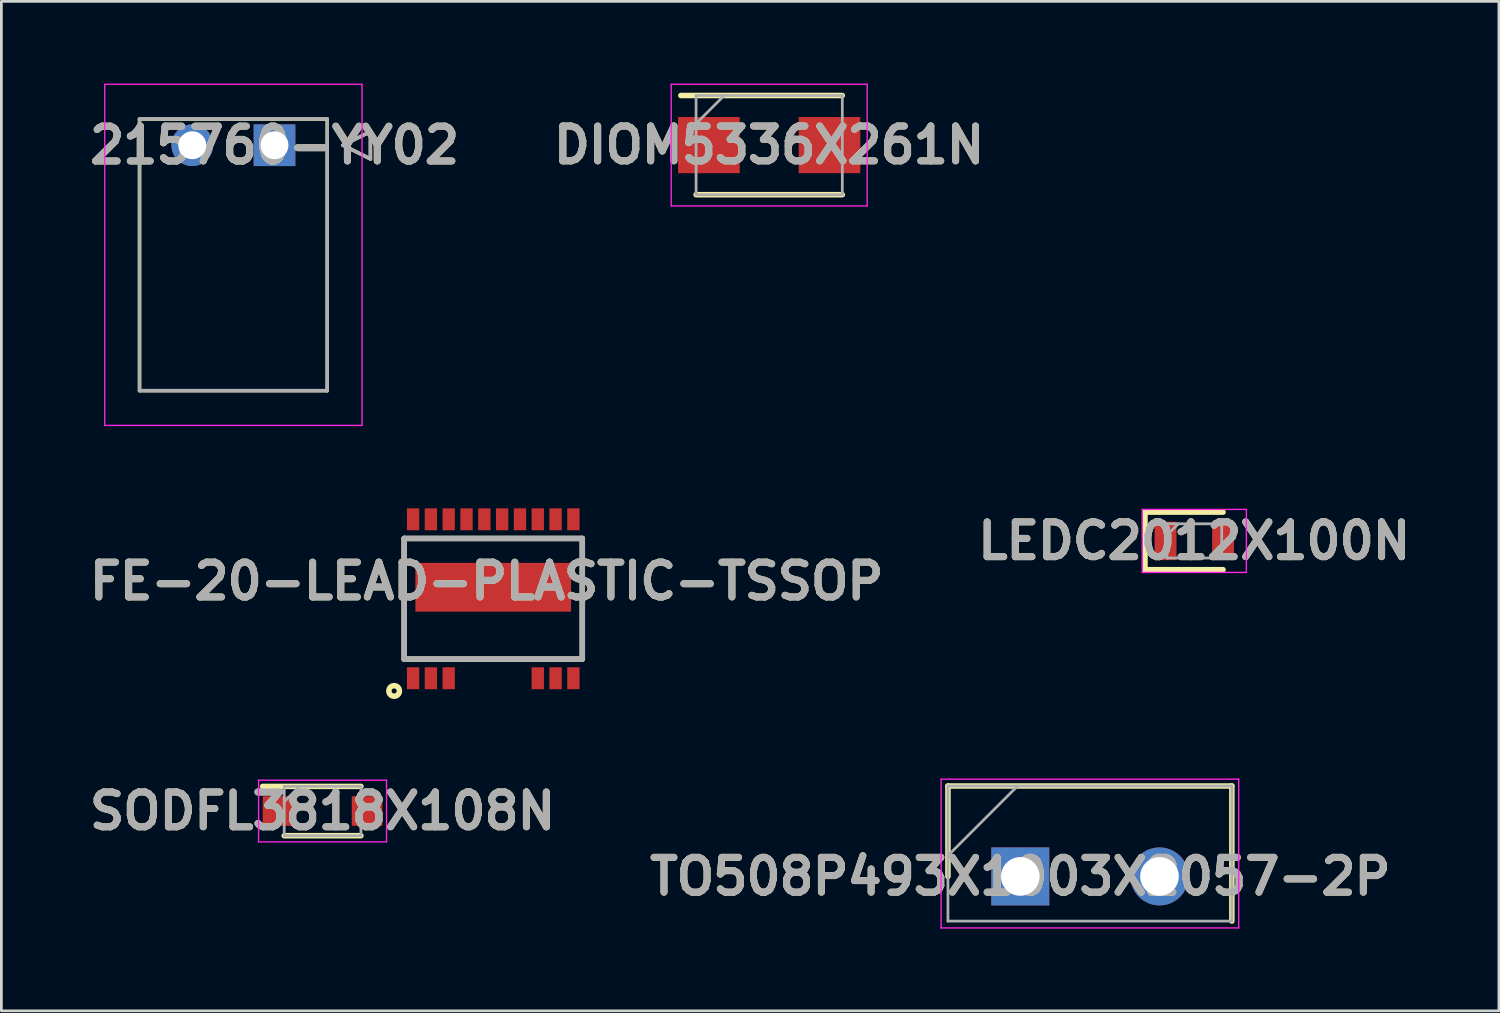
<source format=kicad_pcb>
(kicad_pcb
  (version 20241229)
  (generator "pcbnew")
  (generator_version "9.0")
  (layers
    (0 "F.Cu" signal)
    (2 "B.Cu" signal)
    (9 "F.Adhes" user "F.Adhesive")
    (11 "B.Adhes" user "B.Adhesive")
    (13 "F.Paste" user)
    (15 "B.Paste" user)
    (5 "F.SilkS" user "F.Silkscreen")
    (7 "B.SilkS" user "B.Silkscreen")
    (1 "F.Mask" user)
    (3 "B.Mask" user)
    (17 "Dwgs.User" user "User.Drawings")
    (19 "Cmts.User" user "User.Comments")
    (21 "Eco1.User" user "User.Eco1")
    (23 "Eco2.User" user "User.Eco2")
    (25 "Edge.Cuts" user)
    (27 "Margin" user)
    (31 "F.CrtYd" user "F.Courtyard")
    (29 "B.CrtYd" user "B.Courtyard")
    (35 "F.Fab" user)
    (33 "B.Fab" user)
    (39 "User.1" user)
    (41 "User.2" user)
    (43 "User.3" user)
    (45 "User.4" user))
  (footprint "DIOM5336X261N"
    (layer "F.Cu")
    (at 25.019 2.245)
    (property "Reference" "DIOM5336X261N" (at 0 0 0) (layer "F.SilkS") (effects (font (size 1.27 1.27) (thickness 0.254))))
    (attr smd)
    (fp_line (start -2.668 1.81) (end 2.668 1.81) (stroke (width 0.2) (type solid)) (layer "F.SilkS"))
    (fp_line (start 2.668 -1.81) (end -3.225 -1.81) (stroke (width 0.2) (type solid)) (layer "F.SilkS"))
    (fp_line (start -3.575 -2.22) (end 3.575 -2.22) (stroke (width 0.05) (type solid)) (layer "F.CrtYd"))
    (fp_line (start -3.575 2.22) (end -3.575 -2.22) (stroke (width 0.05) (type solid)) (layer "F.CrtYd"))
    (fp_line (start 3.575 -2.22) (end 3.575 2.22) (stroke (width 0.05) (type solid)) (layer "F.CrtYd"))
    (fp_line (start 3.575 2.22) (end -3.575 2.22) (stroke (width 0.05) (type solid)) (layer "F.CrtYd"))
    (fp_line (start -2.668 -1.81) (end 2.668 -1.81) (stroke (width 0.1) (type solid)) (layer "F.Fab"))
    (fp_line (start -2.668 -0.785) (end -1.642 -1.81) (stroke (width 0.1) (type solid)) (layer "F.Fab"))
    (fp_line (start -2.668 1.81) (end -2.668 -1.81) (stroke (width 0.1) (type solid)) (layer "F.Fab"))
    (fp_line (start 2.668 -1.81) (end 2.668 1.81) (stroke (width 0.1) (type solid)) (layer "F.Fab"))
    (fp_line (start 2.668 1.81) (end -2.668 1.81) (stroke (width 0.1) (type solid)) (layer "F.Fab"))
    (fp_text user "${REFERENCE}" (at 0 0 0) (layer "F.Fab") (effects (font (size 1.27 1.27) (thickness 0.254))))
    (pad "1" smd rect (at -2.2 0 90) (size 2.05 2.25) (layers "F.Cu" "F.Mask" "F.Paste"))
    (pad "2" smd rect (at 2.2 0 90) (size 2.05 2.25) (layers "F.Cu" "F.Mask" "F.Paste")))
  (footprint "LEDC2012X100N"
    (layer "F.Cu")
    (at 40.532 16.689)
    (property "Reference" "LEDC2012X100N" (at 0 0 0) (layer "F.SilkS") (effects (font (size 1.27 1.27) (thickness 0.254))))
    (attr smd)
    (fp_line (start -1.8 -1.05) (end -1.8 1.05) (stroke (width 0.2) (type solid)) (layer "F.SilkS"))
    (fp_line (start -1.8 1.05) (end 1.05 1.05) (stroke (width 0.2) (type solid)) (layer "F.SilkS"))
    (fp_line (start 1.05 -1.05) (end -1.8 -1.05) (stroke (width 0.2) (type solid)) (layer "F.SilkS"))
    (fp_line (start -1.9 -1.15) (end 1.9 -1.15) (stroke (width 0.05) (type solid)) (layer "F.CrtYd"))
    (fp_line (start -1.9 1.15) (end -1.9 -1.15) (stroke (width 0.05) (type solid)) (layer "F.CrtYd"))
    (fp_line (start 1.9 -1.15) (end 1.9 1.15) (stroke (width 0.05) (type solid)) (layer "F.CrtYd"))
    (fp_line (start 1.9 1.15) (end -1.9 1.15) (stroke (width 0.05) (type solid)) (layer "F.CrtYd"))
    (fp_line (start -1 -0.625) (end 1 -0.625) (stroke (width 0.1) (type solid)) (layer "F.Fab"))
    (fp_line (start -1 -0.208) (end -0.583 -0.625) (stroke (width 0.1) (type solid)) (layer "F.Fab"))
    (fp_line (start -1 0.625) (end -1 -0.625) (stroke (width 0.1) (type solid)) (layer "F.Fab"))
    (fp_line (start 1 -0.625) (end 1 0.625) (stroke (width 0.1) (type solid)) (layer "F.Fab"))
    (fp_line (start 1 0.625) (end -1 0.625) (stroke (width 0.1) (type solid)) (layer "F.Fab"))
    (fp_text user "${REFERENCE}" (at 0 0 0) (layer "F.Fab") (effects (font (size 1.27 1.27) (thickness 0.254))))
    (pad "1" smd rect (at -1.05 0) (size 0.8 1.4) (layers "F.Cu" "F.Mask" "F.Paste"))
    (pad "2" smd rect (at 1.05 0) (size 0.8 1.4) (layers "F.Cu" "F.Mask" "F.Paste")))
  (footprint "FE-20-LEAD-PLASTIC-TSSOP"
    (layer "F.Cu")
    (at 14.949 18.8)
    (property "Reference" "FE-20-LEAD-PLASTIC-TSSOP" (at -0.241 -0.641 0) (layer "F.SilkS") (effects (font (size 1.27 1.27) (thickness 0.254))))
    (attr smd)
    (fp_line (start -3.25 -2.2) (end 3.25 -2.2) (stroke (width 0.2) (type solid)) (layer "F.SilkS"))
    (fp_line (start -3.25 2.2) (end -3.25 -2.2) (stroke (width 0.2) (type solid)) (layer "F.SilkS"))
    (fp_line (start 3.25 -2.2) (end 3.25 2.2) (stroke (width 0.2) (type solid)) (layer "F.SilkS"))
    (fp_line (start 3.25 2.2) (end -3.25 2.2) (stroke (width 0.2) (type solid)) (layer "F.SilkS"))
    (fp_circle (center -3.616 3.364) (end -3.616 3.457) (stroke (width 0.2) (type solid)) (fill no) (layer "F.SilkS"))
    (fp_line (start -3.25 -2.2) (end 3.25 -2.2) (stroke (width 0.2) (type solid)) (layer "F.Fab"))
    (fp_line (start -3.25 2.2) (end -3.25 -2.2) (stroke (width 0.2) (type solid)) (layer "F.Fab"))
    (fp_line (start 3.25 -2.2) (end 3.25 2.2) (stroke (width 0.2) (type solid)) (layer "F.Fab"))
    (fp_line (start 3.25 2.2) (end -3.25 2.2) (stroke (width 0.2) (type solid)) (layer "F.Fab"))
    (fp_text user "${REFERENCE}" (at -0.241 -0.641 0) (layer "F.Fab") (effects (font (size 1.27 1.27) (thickness 0.254))))
    (pad "1" smd rect (at -2.925 2.9) (size 0.45 0.8) (layers "F.Cu" "F.Mask" "F.Paste"))
    (pad "2" smd rect (at -2.275 2.9) (size 0.45 0.8) (layers "F.Cu" "F.Mask" "F.Paste"))
    (pad "3" smd rect (at -1.625 2.9) (size 0.45 0.8) (layers "F.Cu" "F.Mask" "F.Paste"))
    (pad "8" smd rect (at 1.625 2.9) (size 0.45 0.8) (layers "F.Cu" "F.Mask" "F.Paste"))
    (pad "9" smd rect (at 2.275 2.9) (size 0.45 0.8) (layers "F.Cu" "F.Mask" "F.Paste"))
    (pad "10" smd rect (at 2.925 2.9) (size 0.45 0.8) (layers "F.Cu" "F.Mask" "F.Paste"))
    (pad "11" smd rect (at 2.925 -2.9) (size 0.45 0.8) (layers "F.Cu" "F.Mask" "F.Paste"))
    (pad "12" smd rect (at 2.275 -2.9) (size 0.45 0.8) (layers "F.Cu" "F.Mask" "F.Paste"))
    (pad "13" smd rect (at 1.625 -2.9) (size 0.45 0.8) (layers "F.Cu" "F.Mask" "F.Paste"))
    (pad "14" smd rect (at 0.975 -2.9) (size 0.45 0.8) (layers "F.Cu" "F.Mask" "F.Paste"))
    (pad "15" smd rect (at 0.325 -2.9) (size 0.45 0.8) (layers "F.Cu" "F.Mask" "F.Paste"))
    (pad "16" smd rect (at -0.325 -2.9) (size 0.45 0.8) (layers "F.Cu" "F.Mask" "F.Paste"))
    (pad "17" smd rect (at -0.975 -2.9) (size 0.45 0.8) (layers "F.Cu" "F.Mask" "F.Paste"))
    (pad "18" smd rect (at -1.625 -2.9) (size 0.45 0.8) (layers "F.Cu" "F.Mask" "F.Paste"))
    (pad "19" smd rect (at -2.275 -2.9) (size 0.45 0.8) (layers "F.Cu" "F.Mask" "F.Paste"))
    (pad "20" smd rect (at -2.925 -2.9) (size 0.45 0.8) (layers "F.Cu" "F.Mask" "F.Paste"))
    (pad "21" smd rect (at 0 -0.42 90) (size 1.78 5.68) (layers "F.Cu" "F.Mask" "F.Paste")))
  (footprint "215760-YY02"
    (layer "F.Cu")
    (at 6.967 2.25)
    (property "Reference" "215760-YY02" (at 0 0 0) (layer "F.SilkS") (effects (font (size 1.27 1.27) (thickness 0.254))))
    (attr through_hole)
    (fp_line (start -4.925 -0.955) (end 1.925 -0.955) (stroke (width 0.127) (type solid)) (layer "F.SilkS"))
    (fp_line (start -4.925 8.955) (end -4.925 -0.955) (stroke (width 0.127) (type solid)) (layer "F.SilkS"))
    (fp_line (start 1.925 -0.955) (end 1.925 8.955) (stroke (width 0.127) (type solid)) (layer "F.SilkS"))
    (fp_line (start 1.925 8.955) (end -4.925 8.955) (stroke (width 0.127) (type solid)) (layer "F.SilkS"))
    (fp_line (start 2.5 0) (end 3.5 -0.5) (stroke (width 0.127) (type solid)) (layer "F.SilkS"))
    (fp_line (start 3.5 -0.5) (end 3.5 0.5) (stroke (width 0.127) (type solid)) (layer "F.SilkS"))
    (fp_line (start 3.5 0.5) (end 2.5 0) (stroke (width 0.127) (type solid)) (layer "F.SilkS"))
    (fp_line (start -6.195 -2.225) (end 3.195 -2.225) (stroke (width 0.05) (type solid)) (layer "F.CrtYd"))
    (fp_line (start -6.195 10.225) (end -6.195 -2.225) (stroke (width 0.05) (type solid)) (layer "F.CrtYd"))
    (fp_line (start 3.195 -2.225) (end 3.195 10.225) (stroke (width 0.05) (type solid)) (layer "F.CrtYd"))
    (fp_line (start 3.195 10.225) (end -6.195 10.225) (stroke (width 0.05) (type solid)) (layer "F.CrtYd"))
    (fp_line (start -4.925 -0.955) (end 1.925 -0.955) (stroke (width 0.127) (type solid)) (layer "F.Fab"))
    (fp_line (start -4.925 8.955) (end -4.925 -0.955) (stroke (width 0.127) (type solid)) (layer "F.Fab"))
    (fp_line (start 1.925 -0.955) (end 1.925 8.955) (stroke (width 0.127) (type solid)) (layer "F.Fab"))
    (fp_line (start 1.925 8.955) (end -4.925 8.955) (stroke (width 0.127) (type solid)) (layer "F.Fab"))
    (fp_line (start 2.5 0) (end 3.5 -0.5) (stroke (width 0.127) (type solid)) (layer "F.Fab"))
    (fp_line (start 3.5 -0.5) (end 3.5 0.5) (stroke (width 0.127) (type solid)) (layer "F.Fab"))
    (fp_line (start 3.5 0.5) (end 2.5 0) (stroke (width 0.127) (type solid)) (layer "F.Fab"))
    (fp_text user "${REFERENCE}" (at 0 0 0) (layer "F.Fab") (effects (font (size 1.27 1.27) (thickness 0.254))))
    (pad "" np_thru_hole circle (at -1.5 4.3) (size 0.001 0.001) (drill 3) (layers "*.Cu" "*.Mask"))
    (pad "1" thru_hole rect (at 0 0) (size 1.52 1.52) (drill 1.02) (layers "*.Cu" "*.Mask"))
    (pad "2" thru_hole circle (at -3 0) (size 1.52 1.52) (drill 1.02) (layers "*.Cu" "*.Mask")))
  (footprint "TO508P493X1003X2057-2P"
    (layer "F.Cu")
    (at 34.182 28.932)
    (property "Reference" "TO508P493X1003X2057-2P" (at 0 0 0) (layer "F.SilkS") (effects (font (size 1.27 1.27) (thickness 0.254))))
    (attr through_hole)
    (fp_line (start -2.64 -3.3) (end -2.64 0) (stroke (width 0.2) (type solid)) (layer "F.SilkS"))
    (fp_line (start 7.72 -3.3) (end -2.64 -3.3) (stroke (width 0.2) (type solid)) (layer "F.SilkS"))
    (fp_line (start 7.72 1.63) (end 7.72 -3.3) (stroke (width 0.2) (type solid)) (layer "F.SilkS"))
    (fp_line (start -2.89 -3.55) (end 7.97 -3.55) (stroke (width 0.05) (type solid)) (layer "F.CrtYd"))
    (fp_line (start -2.89 1.88) (end -2.89 -3.55) (stroke (width 0.05) (type solid)) (layer "F.CrtYd"))
    (fp_line (start 7.97 -3.55) (end 7.97 1.88) (stroke (width 0.05) (type solid)) (layer "F.CrtYd"))
    (fp_line (start 7.97 1.88) (end -2.89 1.88) (stroke (width 0.05) (type solid)) (layer "F.CrtYd"))
    (fp_line (start -2.64 -3.3) (end 7.72 -3.3) (stroke (width 0.1) (type solid)) (layer "F.Fab"))
    (fp_line (start -2.64 -0.76) (end -0.1 -3.3) (stroke (width 0.1) (type solid)) (layer "F.Fab"))
    (fp_line (start -2.64 1.63) (end -2.64 -3.3) (stroke (width 0.1) (type solid)) (layer "F.Fab"))
    (fp_line (start 7.72 -3.3) (end 7.72 1.63) (stroke (width 0.1) (type solid)) (layer "F.Fab"))
    (fp_line (start 7.72 1.63) (end -2.64 1.63) (stroke (width 0.1) (type solid)) (layer "F.Fab"))
    (fp_text user "${REFERENCE}" (at 0 0 0) (layer "F.Fab") (effects (font (size 1.27 1.27) (thickness 0.254))))
    (pad "1" thru_hole rect (at 0 0) (size 2.115 2.115) (drill 1.41) (layers "*.Cu" "*.Mask"))
    (pad "2" thru_hole circle (at 5.08 0) (size 2.115 2.115) (drill 1.41) (layers "*.Cu" "*.Mask")))
  (footprint "SODFL3818X108N"
    (layer "F.Cu")
    (at 8.721 26.546)
    (property "Reference" "SODFL3818X108N" (at 0 0 0) (layer "F.SilkS") (effects (font (size 1.27 1.27) (thickness 0.254))))
    (attr smd)
    (fp_line (start -2.185 -0.9) (end 1.4 -0.9) (stroke (width 0.2) (type solid)) (layer "F.SilkS"))
    (fp_line (start -1.4 0.9) (end 1.4 0.9) (stroke (width 0.2) (type solid)) (layer "F.SilkS"))
    (fp_line (start -2.335 -1.125) (end 2.335 -1.125) (stroke (width 0.05) (type solid)) (layer "F.CrtYd"))
    (fp_line (start -2.335 1.125) (end -2.335 -1.125) (stroke (width 0.05) (type solid)) (layer "F.CrtYd"))
    (fp_line (start 2.335 -1.125) (end 2.335 1.125) (stroke (width 0.05) (type solid)) (layer "F.CrtYd"))
    (fp_line (start 2.335 1.125) (end -2.335 1.125) (stroke (width 0.05) (type solid)) (layer "F.CrtYd"))
    (fp_line (start -1.4 -0.9) (end 1.4 -0.9) (stroke (width 0.1) (type solid)) (layer "F.Fab"))
    (fp_line (start -1.4 -0.34) (end -0.84 -0.9) (stroke (width 0.1) (type solid)) (layer "F.Fab"))
    (fp_line (start -1.4 0.9) (end -1.4 -0.9) (stroke (width 0.1) (type solid)) (layer "F.Fab"))
    (fp_line (start 1.4 -0.9) (end 1.4 0.9) (stroke (width 0.1) (type solid)) (layer "F.Fab"))
    (fp_line (start 1.4 0.9) (end -1.4 0.9) (stroke (width 0.1) (type solid)) (layer "F.Fab"))
    (fp_text user "${REFERENCE}" (at 0 0 0) (layer "F.Fab") (effects (font (size 1.27 1.27) (thickness 0.254))))
    (pad "1" smd rect (at -1.625 0 90) (size 1.08 1.12) (layers "F.Cu" "F.Mask" "F.Paste"))
    (pad "2" smd rect (at 1.625 0 90) (size 1.08 1.12) (layers "F.Cu" "F.Mask" "F.Paste")))
  (gr_rect
    (start -3 -3)
    (end 51.647 33.837)
    (stroke (width 0.1) (type default))
    (fill no)
    (layer "Edge.Cuts")))
</source>
